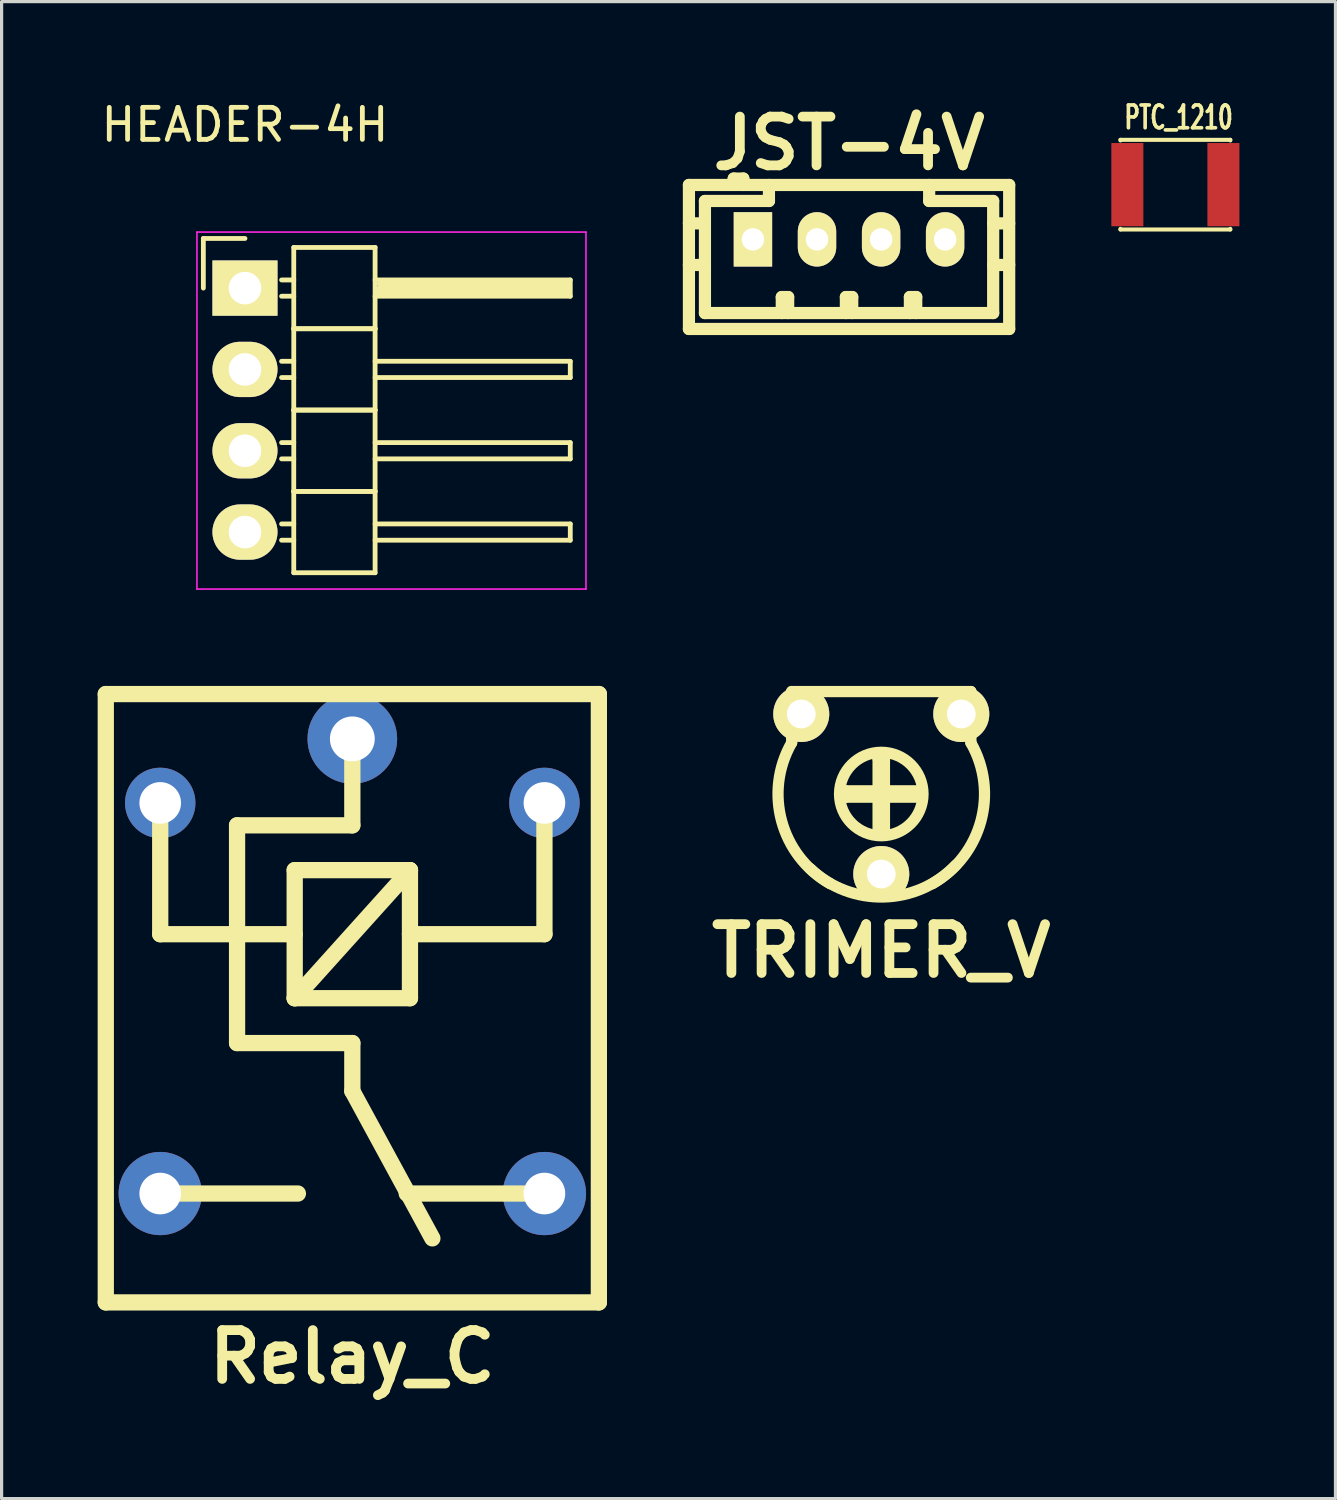
<source format=kicad_pcb>
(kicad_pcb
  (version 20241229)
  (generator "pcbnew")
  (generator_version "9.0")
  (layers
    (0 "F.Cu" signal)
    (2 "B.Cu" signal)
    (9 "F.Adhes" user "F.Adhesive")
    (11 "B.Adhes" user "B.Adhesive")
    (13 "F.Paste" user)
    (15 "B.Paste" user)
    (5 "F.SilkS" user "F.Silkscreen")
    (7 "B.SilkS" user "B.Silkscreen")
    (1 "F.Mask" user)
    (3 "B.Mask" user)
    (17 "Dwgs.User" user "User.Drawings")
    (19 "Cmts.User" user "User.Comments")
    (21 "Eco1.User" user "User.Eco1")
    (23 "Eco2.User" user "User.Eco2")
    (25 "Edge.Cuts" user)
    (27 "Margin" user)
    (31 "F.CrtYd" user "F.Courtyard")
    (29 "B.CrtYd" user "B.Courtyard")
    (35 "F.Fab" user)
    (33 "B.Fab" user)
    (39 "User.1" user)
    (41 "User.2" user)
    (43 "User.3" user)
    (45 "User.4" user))
  (footprint "HEADER-4H"
    (layer "F.Cu")
    (at 4.601 5.948)
    (property "Reference" "HEADER-4H" (at 0 -5.1 0) (layer "F.SilkS") (effects (font (size 1 1) (thickness 0.15))))
    (attr through_hole)
    (fp_line (start -1.3 -1.55) (end -1.3 0) (stroke (width 0.15) (type solid)) (layer "F.SilkS"))
    (fp_line (start 0 -1.55) (end -1.3 -1.55) (stroke (width 0.15) (type solid)) (layer "F.SilkS"))
    (fp_line (start 1.524 -1.27) (end 1.524 1.27) (stroke (width 0.15) (type solid)) (layer "F.SilkS"))
    (fp_line (start 1.524 -1.27) (end 4.064 -1.27) (stroke (width 0.15) (type solid)) (layer "F.SilkS"))
    (fp_line (start 1.524 -0.254) (end 1.143 -0.254) (stroke (width 0.15) (type solid)) (layer "F.SilkS"))
    (fp_line (start 1.524 0.254) (end 1.143 0.254) (stroke (width 0.15) (type solid)) (layer "F.SilkS"))
    (fp_line (start 1.524 1.27) (end 1.524 3.81) (stroke (width 0.15) (type solid)) (layer "F.SilkS"))
    (fp_line (start 1.524 1.27) (end 4.064 1.27) (stroke (width 0.15) (type solid)) (layer "F.SilkS"))
    (fp_line (start 1.524 1.27) (end 4.064 1.27) (stroke (width 0.15) (type solid)) (layer "F.SilkS"))
    (fp_line (start 1.524 2.286) (end 1.143 2.286) (stroke (width 0.15) (type solid)) (layer "F.SilkS"))
    (fp_line (start 1.524 2.794) (end 1.143 2.794) (stroke (width 0.15) (type solid)) (layer "F.SilkS"))
    (fp_line (start 1.524 3.81) (end 1.524 6.35) (stroke (width 0.15) (type solid)) (layer "F.SilkS"))
    (fp_line (start 1.524 3.81) (end 4.064 3.81) (stroke (width 0.15) (type solid)) (layer "F.SilkS"))
    (fp_line (start 1.524 3.81) (end 4.064 3.81) (stroke (width 0.15) (type solid)) (layer "F.SilkS"))
    (fp_line (start 1.524 4.826) (end 1.143 4.826) (stroke (width 0.15) (type solid)) (layer "F.SilkS"))
    (fp_line (start 1.524 5.334) (end 1.143 5.334) (stroke (width 0.15) (type solid)) (layer "F.SilkS"))
    (fp_line (start 1.524 6.35) (end 1.524 8.89) (stroke (width 0.15) (type solid)) (layer "F.SilkS"))
    (fp_line (start 1.524 6.35) (end 4.064 6.35) (stroke (width 0.15) (type solid)) (layer "F.SilkS"))
    (fp_line (start 1.524 6.35) (end 4.064 6.35) (stroke (width 0.15) (type solid)) (layer "F.SilkS"))
    (fp_line (start 1.524 7.366) (end 1.143 7.366) (stroke (width 0.15) (type solid)) (layer "F.SilkS"))
    (fp_line (start 1.524 7.874) (end 1.143 7.874) (stroke (width 0.15) (type solid)) (layer "F.SilkS"))
    (fp_line (start 1.524 8.89) (end 4.064 8.89) (stroke (width 0.15) (type solid)) (layer "F.SilkS"))
    (fp_line (start 4.064 -0.254) (end 10.16 -0.254) (stroke (width 0.15) (type solid)) (layer "F.SilkS"))
    (fp_line (start 4.064 1.27) (end 4.064 -1.27) (stroke (width 0.15) (type solid)) (layer "F.SilkS"))
    (fp_line (start 4.064 2.286) (end 10.16 2.286) (stroke (width 0.15) (type solid)) (layer "F.SilkS"))
    (fp_line (start 4.064 3.81) (end 4.064 1.27) (stroke (width 0.15) (type solid)) (layer "F.SilkS"))
    (fp_line (start 4.064 4.826) (end 10.16 4.826) (stroke (width 0.15) (type solid)) (layer "F.SilkS"))
    (fp_line (start 4.064 6.35) (end 4.064 3.81) (stroke (width 0.15) (type solid)) (layer "F.SilkS"))
    (fp_line (start 4.064 7.366) (end 10.16 7.366) (stroke (width 0.15) (type solid)) (layer "F.SilkS"))
    (fp_line (start 4.064 8.89) (end 4.064 6.35) (stroke (width 0.15) (type solid)) (layer "F.SilkS"))
    (fp_line (start 4.191 -0.127) (end 10.033 -0.127) (stroke (width 0.15) (type solid)) (layer "F.SilkS"))
    (fp_line (start 4.191 0) (end 10.033 0) (stroke (width 0.15) (type solid)) (layer "F.SilkS"))
    (fp_line (start 4.191 0.127) (end 4.191 0) (stroke (width 0.15) (type solid)) (layer "F.SilkS"))
    (fp_line (start 10.033 -0.127) (end 10.033 0.127) (stroke (width 0.15) (type solid)) (layer "F.SilkS"))
    (fp_line (start 10.033 0.127) (end 4.191 0.127) (stroke (width 0.15) (type solid)) (layer "F.SilkS"))
    (fp_line (start 10.16 -0.254) (end 10.16 0.254) (stroke (width 0.15) (type solid)) (layer "F.SilkS"))
    (fp_line (start 10.16 0.254) (end 4.064 0.254) (stroke (width 0.15) (type solid)) (layer "F.SilkS"))
    (fp_line (start 10.16 2.286) (end 10.16 2.794) (stroke (width 0.15) (type solid)) (layer "F.SilkS"))
    (fp_line (start 10.16 2.794) (end 4.064 2.794) (stroke (width 0.15) (type solid)) (layer "F.SilkS"))
    (fp_line (start 10.16 4.826) (end 10.16 5.334) (stroke (width 0.15) (type solid)) (layer "F.SilkS"))
    (fp_line (start 10.16 5.334) (end 4.064 5.334) (stroke (width 0.15) (type solid)) (layer "F.SilkS"))
    (fp_line (start 10.16 7.366) (end 10.16 7.874) (stroke (width 0.15) (type solid)) (layer "F.SilkS"))
    (fp_line (start 10.16 7.874) (end 4.064 7.874) (stroke (width 0.15) (type solid)) (layer "F.SilkS"))
    (fp_line (start -1.5 -1.75) (end -1.5 9.4) (stroke (width 0.05) (type solid)) (layer "F.CrtYd"))
    (fp_line (start -1.5 -1.75) (end 10.65 -1.75) (stroke (width 0.05) (type solid)) (layer "F.CrtYd"))
    (fp_line (start -1.5 9.4) (end 10.65 9.4) (stroke (width 0.05) (type solid)) (layer "F.CrtYd"))
    (fp_line (start 10.65 -1.75) (end 10.65 9.4) (stroke (width 0.05) (type solid)) (layer "F.CrtYd"))
    (pad "1" thru_hole rect (at 0 0) (size 2.032 1.727) (drill 1.016) (layers "*.Cu" "*.Mask" "F.SilkS"))
    (pad "2" thru_hole oval (at 0 2.54) (size 2.032 1.727) (drill 1.016) (layers "*.Cu" "*.Mask" "F.SilkS"))
    (pad "3" thru_hole oval (at 0 5.08) (size 2.032 1.727) (drill 1.016) (layers "*.Cu" "*.Mask" "F.SilkS"))
    (pad "4" thru_hole oval (at 0 7.62) (size 2.032 1.727) (drill 1.016) (layers "*.Cu" "*.Mask" "F.SilkS")))
  (footprint "PTC_1210"
    (layer "F.Cu")
    (at 33.66 2.717)
    (property "Reference" "PTC_1210" (at 0.1 -2.1 0) (layer "F.SilkS") (effects (font (size 0.711 0.457) (thickness 0.114))))
    (attr through_hole)
    (fp_line (start -1.715 -1.38) (end -1.715 -1.4) (stroke (width 0.127) (type solid)) (layer "F.SilkS"))
    (fp_line (start -1.715 1.4) (end -1.715 1.38) (stroke (width 0.127) (type solid)) (layer "F.SilkS"))
    (fp_line (start -1.715 1.4) (end 1.715 1.4) (stroke (width 0.127) (type solid)) (layer "F.SilkS"))
    (fp_line (start 1.715 -1.4) (end -1.715 -1.4) (stroke (width 0.127) (type solid)) (layer "F.SilkS"))
    (fp_line (start 1.715 -1.38) (end 1.715 -1.4) (stroke (width 0.127) (type solid)) (layer "F.SilkS"))
    (fp_line (start 1.715 1.4) (end 1.715 1.38) (stroke (width 0.127) (type solid)) (layer "F.SilkS"))
    (pad "1" smd rect (at 1.5 0) (size 1 2.6) (layers "F.Cu" "F.Mask" "F.Paste"))
    (pad "2" smd rect (at -1.5 0) (size 1 2.6) (layers "F.Cu" "F.Mask" "F.Paste")))
  (footprint "JST-4V"
    (layer "F.Cu")
    (at 23.468 4.426)
    (property "Reference" "JST-4V" (at 0 -3 0) (layer "F.SilkS") (effects (font (size 1.524 1.524) (thickness 0.305))))
    (attr through_hole)
    (fp_line (start -5.001 -1.699) (end -5.001 2.799) (stroke (width 0.381) (type solid)) (layer "F.SilkS"))
    (fp_line (start -5.001 -1.699) (end 5.001 -1.699) (stroke (width 0.381) (type solid)) (layer "F.SilkS"))
    (fp_line (start -5.001 2.799) (end 5.001 2.799) (stroke (width 0.381) (type solid)) (layer "F.SilkS"))
    (fp_line (start -4.501 -1.199) (end -4.501 2.301) (stroke (width 0.381) (type solid)) (layer "F.SilkS"))
    (fp_line (start -4.501 -0.5) (end -5.001 -0.5) (stroke (width 0.381) (type solid)) (layer "F.SilkS"))
    (fp_line (start -4.501 0.8) (end -5.001 0.8) (stroke (width 0.381) (type solid)) (layer "F.SilkS"))
    (fp_line (start -3.602 -1.9) (end -3.602 -1.699) (stroke (width 0.381) (type solid)) (layer "F.SilkS"))
    (fp_line (start -3.302 -1.9) (end -3.602 -1.9) (stroke (width 0.381) (type solid)) (layer "F.SilkS"))
    (fp_line (start -3.302 -1.699) (end -3.302 -1.9) (stroke (width 0.381) (type solid)) (layer "F.SilkS"))
    (fp_line (start -2.502 -1.699) (end -2.502 -1.199) (stroke (width 0.381) (type solid)) (layer "F.SilkS"))
    (fp_line (start -2.502 -1.199) (end -4.501 -1.199) (stroke (width 0.381) (type solid)) (layer "F.SilkS"))
    (fp_line (start -2.101 1.801) (end -1.902 1.801) (stroke (width 0.381) (type solid)) (layer "F.SilkS"))
    (fp_line (start -2.101 2.301) (end -2.101 1.801) (stroke (width 0.381) (type solid)) (layer "F.SilkS"))
    (fp_line (start -1.902 1.801) (end -1.902 2.301) (stroke (width 0.381) (type solid)) (layer "F.SilkS"))
    (fp_line (start -0.099 1.801) (end 0.099 1.801) (stroke (width 0.381) (type solid)) (layer "F.SilkS"))
    (fp_line (start -0.099 2.301) (end -0.099 1.801) (stroke (width 0.381) (type solid)) (layer "F.SilkS"))
    (fp_line (start 0.099 1.801) (end 0.099 2.301) (stroke (width 0.381) (type solid)) (layer "F.SilkS"))
    (fp_line (start 1.9 1.801) (end 2.098 1.801) (stroke (width 0.381) (type solid)) (layer "F.SilkS"))
    (fp_line (start 1.9 2.301) (end 1.9 1.801) (stroke (width 0.381) (type solid)) (layer "F.SilkS"))
    (fp_line (start 2.098 1.801) (end 2.098 2.301) (stroke (width 0.381) (type solid)) (layer "F.SilkS"))
    (fp_line (start 2.502 -1.199) (end 2.502 -1.699) (stroke (width 0.381) (type solid)) (layer "F.SilkS"))
    (fp_line (start 4.501 -1.199) (end 2.502 -1.199) (stroke (width 0.381) (type solid)) (layer "F.SilkS"))
    (fp_line (start 4.501 0.8) (end 5.001 0.8) (stroke (width 0.381) (type solid)) (layer "F.SilkS"))
    (fp_line (start 4.501 2.301) (end -4.501 2.301) (stroke (width 0.381) (type solid)) (layer "F.SilkS"))
    (fp_line (start 4.501 2.301) (end 4.501 -1.199) (stroke (width 0.381) (type solid)) (layer "F.SilkS"))
    (fp_line (start 5.001 -1.699) (end 5.001 2.799) (stroke (width 0.381) (type solid)) (layer "F.SilkS"))
    (fp_line (start 5.001 -0.5) (end 4.501 -0.5) (stroke (width 0.381) (type solid)) (layer "F.SilkS"))
    (pad "1" thru_hole rect (at -3.002 0) (size 1.199 1.699) (drill 0.701) (layers "*.Cu" "*.Mask" "F.SilkS"))
    (pad "2" thru_hole oval (at -1.001 0) (size 1.199 1.699) (drill 0.701) (layers "*.Cu" "*.Mask" "F.SilkS"))
    (pad "3" thru_hole oval (at 1.001 0) (size 1.199 1.699) (drill 0.701) (layers "*.Cu" "*.Mask" "F.SilkS"))
    (pad "4" thru_hole oval (at 3 0) (size 1.199 1.699) (drill 0.701) (layers "*.Cu" "*.Mask" "F.SilkS")))
  (footprint "Relay_C"
    (layer "F.Cu")
    (at 7.954 28.127)
    (property "Reference" "Relay_C" (at 0 11.2 0) (layer "F.SilkS") (effects (font (size 1.524 1.524) (thickness 0.305))))
    (attr through_hole)
    (fp_line (start -7.7 -9.5) (end -7.7 9.5) (stroke (width 0.508) (type solid)) (layer "F.SilkS"))
    (fp_line (start -7.7 -9.5) (end 7.7 -9.5) (stroke (width 0.508) (type solid)) (layer "F.SilkS"))
    (fp_line (start -7.7 9.5) (end 7.7 9.5) (stroke (width 0.508) (type solid)) (layer "F.SilkS"))
    (fp_line (start -6 -6.1) (end -6 -2) (stroke (width 0.508) (type solid)) (layer "F.SilkS"))
    (fp_line (start -3.6 1.4) (end -3.6 -5.4) (stroke (width 0.508) (type solid)) (layer "F.SilkS"))
    (fp_line (start -1.8 -4) (end 1.8 -4) (stroke (width 0.508) (type solid)) (layer "F.SilkS"))
    (fp_line (start -1.8 -2) (end -6 -2) (stroke (width 0.508) (type solid)) (layer "F.SilkS"))
    (fp_line (start -1.8 0) (end -1.8 -4) (stroke (width 0.508) (type solid)) (layer "F.SilkS"))
    (fp_line (start -1.8 0) (end 1.8 -4) (stroke (width 0.508) (type solid)) (layer "F.SilkS"))
    (fp_line (start -1.7 6.1) (end -6 6.1) (stroke (width 0.508) (type solid)) (layer "F.SilkS"))
    (fp_line (start 0 -8.1) (end 0 -5.4) (stroke (width 0.508) (type solid)) (layer "F.SilkS"))
    (fp_line (start 0 -5.4) (end -3.6 -5.4) (stroke (width 0.508) (type solid)) (layer "F.SilkS"))
    (fp_line (start 0 1.4) (end -3.6 1.4) (stroke (width 0.508) (type solid)) (layer "F.SilkS"))
    (fp_line (start 0 1.4) (end 0 2.9) (stroke (width 0.508) (type solid)) (layer "F.SilkS"))
    (fp_line (start 0 2.9) (end 2.5 7.5) (stroke (width 0.508) (type solid)) (layer "F.SilkS"))
    (fp_line (start 1.8 -4) (end 1.8 0) (stroke (width 0.508) (type solid)) (layer "F.SilkS"))
    (fp_line (start 1.8 0) (end -1.8 0) (stroke (width 0.508) (type solid)) (layer "F.SilkS"))
    (fp_line (start 6 -6.1) (end 6 -2) (stroke (width 0.508) (type solid)) (layer "F.SilkS"))
    (fp_line (start 6 -2) (end 1.8 -2) (stroke (width 0.508) (type solid)) (layer "F.SilkS"))
    (fp_line (start 6 6.1) (end 1.7 6.1) (stroke (width 0.508) (type solid)) (layer "F.SilkS"))
    (fp_line (start 7.7 -9.5) (end 7.7 9.5) (stroke (width 0.508) (type solid)) (layer "F.SilkS"))
    (pad "1" thru_hole circle (at 0 -8.1) (size 2.8 2.8) (drill 1.4) (layers "*.Cu" "*.Mask"))
    (pad "2" thru_hole circle (at -6 -6.1) (size 2.2 2.2) (drill 1.3) (layers "*.Cu" "*.Mask"))
    (pad "3" thru_hole circle (at -6 6.1) (size 2.6 2.6) (drill 1.3) (layers "*.Cu" "*.Mask"))
    (pad "4" thru_hole circle (at 6 6.1) (size 2.6 2.6) (drill 1.3) (layers "*.Cu" "*.Mask"))
    (pad "5" thru_hole circle (at 6 -6.1) (size 2.2 2.2) (drill 1.3) (layers "*.Cu" "*.Mask")))
  (footprint "TRIMER_V"
    (layer "F.Cu")
    (at 24.474 21.749)
    (property "Reference" "TRIMER_V" (at 0 4.9 0) (layer "F.SilkS") (effects (font (size 1.524 1.524) (thickness 0.305))))
    (attr through_hole)
    (fp_line (start -2.799 -3.2) (end -2.799 -1.6) (stroke (width 0.351) (type solid)) (layer "F.SilkS"))
    (fp_line (start -1.1 -0.099) (end -1.1 0.099) (stroke (width 0.351) (type solid)) (layer "F.SilkS"))
    (fp_line (start -1.1 0.099) (end 1.199 0.099) (stroke (width 0.351) (type solid)) (layer "F.SilkS"))
    (fp_line (start -0.099 -1.1) (end 0.099 -1.1) (stroke (width 0.351) (type solid)) (layer "F.SilkS"))
    (fp_line (start -0.099 1.199) (end -0.099 -1.1) (stroke (width 0.351) (type solid)) (layer "F.SilkS"))
    (fp_line (start 0.099 -1.1) (end 0.099 1.199) (stroke (width 0.351) (type solid)) (layer "F.SilkS"))
    (fp_line (start 1.199 -0.099) (end -1.1 -0.099) (stroke (width 0.351) (type solid)) (layer "F.SilkS"))
    (fp_line (start 2.799 -3.2) (end -2.799 -3.2) (stroke (width 0.351) (type solid)) (layer "F.SilkS"))
    (fp_line (start 2.799 -3.2) (end 2.799 -1.6) (stroke (width 0.351) (type solid)) (layer "F.SilkS"))
    (fp_arc (start -1.6002 2.79908) (mid -3.110761 0.847736) (end -2.79908 -1.6002) (stroke (width 0.35052) (type solid)) (layer "F.SilkS"))
    (fp_arc (start 2.32918 2.21996) (mid 0.07723 3.216728) (end -2.21996 2.32918) (stroke (width 0.35052) (type solid)) (layer "F.SilkS"))
    (fp_arc (start 2.79908 -1.6002) (mid 3.110761 0.847736) (end 1.6002 2.79908) (stroke (width 0.35052) (type solid)) (layer "F.SilkS"))
    (fp_circle (center 0 0) (end -1.3 0.099) (stroke (width 0.351) (type solid)) (fill no) (layer "F.SilkS"))
    (pad "1" thru_hole circle (at 2.499 -2.499) (size 1.75 1.75) (drill 0.899) (layers "*.Cu" "*.Mask" "F.SilkS"))
    (pad "2" thru_hole circle (at 0 2.499) (size 1.75 1.75) (drill 0.899) (layers "*.Cu" "*.Mask" "F.SilkS"))
    (pad "3" thru_hole circle (at -2.499 -2.499) (size 1.75 1.75) (drill 0.899) (layers "*.Cu" "*.Mask" "F.SilkS")))
  (gr_rect
    (start -3 -3)
    (end 38.66 43.754)
    (stroke (width 0.1) (type default))
    (fill no)
    (layer "Edge.Cuts")))
</source>
